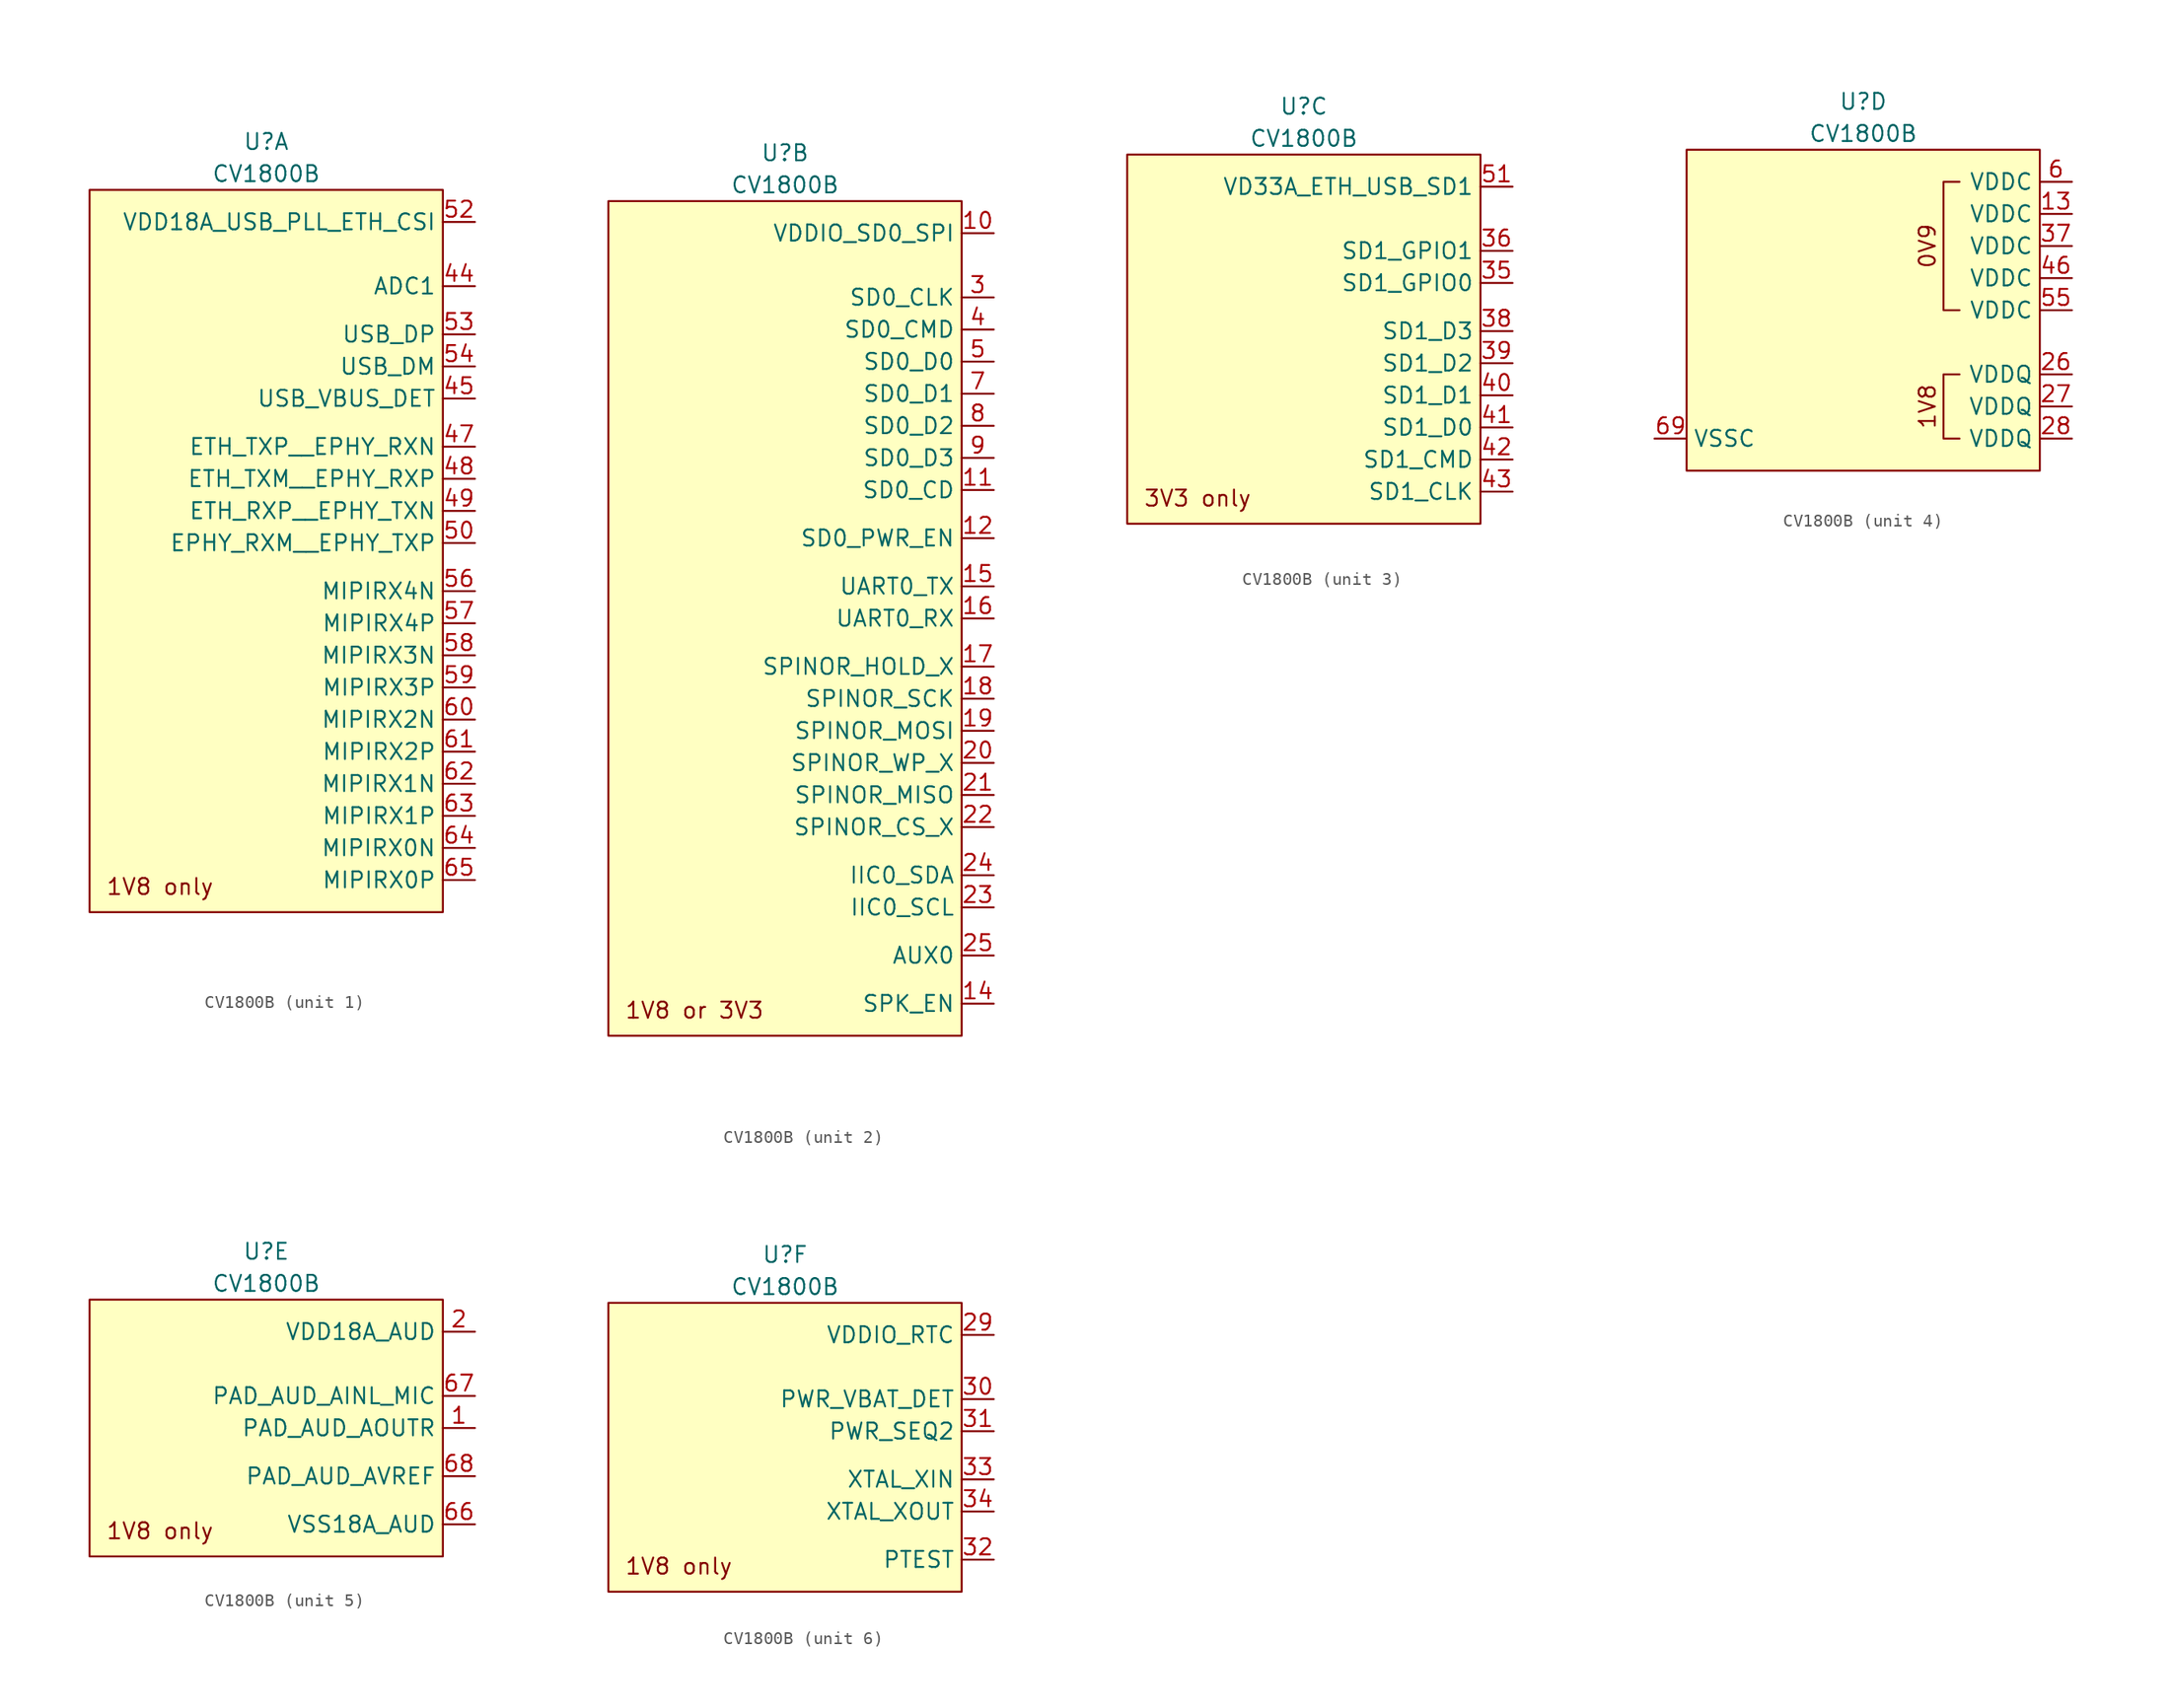
<source format=kicad_sym>
(kicad_symbol_lib
  (version 20241209)
  (generator "kicad_symbol_editor")
  (generator_version "9.0")
  (symbol "CV1800B"
    (property "Reference" "U"
      (at 0 3.81 0)
      (effects (font (size 1.27 1.27))))
    (property "Value" "CV1800B"
      (at 0 1.27 0)
      (effects (font (size 1.27 1.27))))
    (property "ki_locked" ""
      (at 0 0 0)
      (effects (font (size 1.27 1.27))))
    (symbol "CV1800B_1_1"
      (rectangle (start -13.97 0) (end 13.97 -57.15) (stroke (width 0) (type solid)) (fill (type background)))
      (text "1V8 only" (at -12.7 -55.88 0) (effects (font (size 1.27 1.27)) (justify left bottom)))
      (pin power_in line (at 16.51 -2.54 180) (length 2.54) (name "VDD18A_USB_PLL_ETH_CSI" (effects (font (size 1.27 1.27)))) (number "52" (effects (font (size 1.27 1.27)))))
      (pin bidirectional line (at 16.51 -7.62 180) (length 2.54) (name "ADC1" (effects (font (size 1.27 1.27)))) (number "44" (effects (font (size 1.27 1.27)))))
      (pin unspecified line (at 16.51 -11.43 180) (length 2.54) (name "USB_DP" (effects (font (size 1.27 1.27)))) (number "53" (effects (font (size 1.27 1.27)))))
      (pin unspecified line (at 16.51 -13.97 180) (length 2.54) (name "USB_DM" (effects (font (size 1.27 1.27)))) (number "54" (effects (font (size 1.27 1.27)))))
      (pin unspecified line (at 16.51 -16.51 180) (length 2.54) (name "USB_VBUS_DET" (effects (font (size 1.27 1.27)))) (number "45" (effects (font (size 1.27 1.27)))))
      (pin bidirectional line (at 16.51 -20.32 180) (length 2.54) (name "ETH_TXP__EPHY_RXN" (effects (font (size 1.27 1.27)))) (number "47" (effects (font (size 1.27 1.27)))))
      (pin bidirectional line (at 16.51 -22.86 180) (length 2.54) (name "ETH_TXM__EPHY_RXP" (effects (font (size 1.27 1.27)))) (number "48" (effects (font (size 1.27 1.27)))))
      (pin bidirectional line (at 16.51 -25.4 180) (length 2.54) (name "ETH_RXP__EPHY_TXN" (effects (font (size 1.27 1.27)))) (number "49" (effects (font (size 1.27 1.27)))))
      (pin bidirectional line (at 16.51 -27.94 180) (length 2.54) (name "EPHY_RXM__EPHY_TXP" (effects (font (size 1.27 1.27)))) (number "50" (effects (font (size 1.27 1.27)))))
      (pin unspecified line (at 16.51 -31.75 180) (length 2.54) (name "MIPIRX4N" (effects (font (size 1.27 1.27)))) (number "56" (effects (font (size 1.27 1.27)))))
      (pin unspecified line (at 16.51 -34.29 180) (length 2.54) (name "MIPIRX4P" (effects (font (size 1.27 1.27)))) (number "57" (effects (font (size 1.27 1.27)))))
      (pin unspecified line (at 16.51 -36.83 180) (length 2.54) (name "MIPIRX3N" (effects (font (size 1.27 1.27)))) (number "58" (effects (font (size 1.27 1.27)))))
      (pin unspecified line (at 16.51 -39.37 180) (length 2.54) (name "MIPIRX3P" (effects (font (size 1.27 1.27)))) (number "59" (effects (font (size 1.27 1.27)))))
      (pin unspecified line (at 16.51 -41.91 180) (length 2.54) (name "MIPIRX2N" (effects (font (size 1.27 1.27)))) (number "60" (effects (font (size 1.27 1.27)))))
      (pin unspecified line (at 16.51 -44.45 180) (length 2.54) (name "MIPIRX2P" (effects (font (size 1.27 1.27)))) (number "61" (effects (font (size 1.27 1.27)))))
      (pin unspecified line (at 16.51 -46.99 180) (length 2.54) (name "MIPIRX1N" (effects (font (size 1.27 1.27)))) (number "62" (effects (font (size 1.27 1.27)))))
      (pin unspecified line (at 16.51 -49.53 180) (length 2.54) (name "MIPIRX1P" (effects (font (size 1.27 1.27)))) (number "63" (effects (font (size 1.27 1.27)))))
      (pin unspecified line (at 16.51 -52.07 180) (length 2.54) (name "MIPIRX0N" (effects (font (size 1.27 1.27)))) (number "64" (effects (font (size 1.27 1.27)))))
      (pin unspecified line (at 16.51 -54.61 180) (length 2.54) (name "MIPIRX0P" (effects (font (size 1.27 1.27)))) (number "65" (effects (font (size 1.27 1.27))))))
    (symbol "CV1800B_2_1"
      (rectangle (start -13.97 0) (end 13.97 -66.04) (stroke (width 0) (type solid)) (fill (type background)))
      (text "1V8 or 3V3" (at -12.7 -64.77 0) (effects (font (size 1.27 1.27)) (justify left bottom)))
      (pin power_in line (at 16.51 -2.54 180) (length 2.54) (name "VDDIO_SD0_SPI" (effects (font (size 1.27 1.27)))) (number "10" (effects (font (size 1.27 1.27)))))
      (pin unspecified line (at 16.51 -7.62 180) (length 2.54) (name "SD0_CLK" (effects (font (size 1.27 1.27)))) (number "3" (effects (font (size 1.27 1.27)))))
      (pin unspecified line (at 16.51 -10.16 180) (length 2.54) (name "SD0_CMD" (effects (font (size 1.27 1.27)))) (number "4" (effects (font (size 1.27 1.27)))))
      (pin unspecified line (at 16.51 -12.7 180) (length 2.54) (name "SD0_D0" (effects (font (size 1.27 1.27)))) (number "5" (effects (font (size 1.27 1.27)))))
      (pin unspecified line (at 16.51 -15.24 180) (length 2.54) (name "SD0_D1" (effects (font (size 1.27 1.27)))) (number "7" (effects (font (size 1.27 1.27)))))
      (pin unspecified line (at 16.51 -17.78 180) (length 2.54) (name "SD0_D2" (effects (font (size 1.27 1.27)))) (number "8" (effects (font (size 1.27 1.27)))))
      (pin unspecified line (at 16.51 -20.32 180) (length 2.54) (name "SD0_D3" (effects (font (size 1.27 1.27)))) (number "9" (effects (font (size 1.27 1.27)))))
      (pin unspecified line (at 16.51 -22.86 180) (length 2.54) (name "SD0_CD" (effects (font (size 1.27 1.27)))) (number "11" (effects (font (size 1.27 1.27)))))
      (pin unspecified line (at 16.51 -26.67 180) (length 2.54) (name "SD0_PWR_EN" (effects (font (size 1.27 1.27)))) (number "12" (effects (font (size 1.27 1.27)))))
      (pin unspecified line (at 16.51 -30.48 180) (length 2.54) (name "UART0_TX" (effects (font (size 1.27 1.27)))) (number "15" (effects (font (size 1.27 1.27)))))
      (pin unspecified line (at 16.51 -33.02 180) (length 2.54) (name "UART0_RX" (effects (font (size 1.27 1.27)))) (number "16" (effects (font (size 1.27 1.27)))))
      (pin unspecified line (at 16.51 -36.83 180) (length 2.54) (name "SPINOR_HOLD_X" (effects (font (size 1.27 1.27)))) (number "17" (effects (font (size 1.27 1.27)))))
      (pin unspecified line (at 16.51 -39.37 180) (length 2.54) (name "SPINOR_SCK" (effects (font (size 1.27 1.27)))) (number "18" (effects (font (size 1.27 1.27)))))
      (pin unspecified line (at 16.51 -41.91 180) (length 2.54) (name "SPINOR_MOSI" (effects (font (size 1.27 1.27)))) (number "19" (effects (font (size 1.27 1.27)))))
      (pin unspecified line (at 16.51 -44.45 180) (length 2.54) (name "SPINOR_WP_X" (effects (font (size 1.27 1.27)))) (number "20" (effects (font (size 1.27 1.27)))))
      (pin unspecified line (at 16.51 -46.99 180) (length 2.54) (name "SPINOR_MISO" (effects (font (size 1.27 1.27)))) (number "21" (effects (font (size 1.27 1.27)))))
      (pin unspecified line (at 16.51 -49.53 180) (length 2.54) (name "SPINOR_CS_X" (effects (font (size 1.27 1.27)))) (number "22" (effects (font (size 1.27 1.27)))))
      (pin unspecified line (at 16.51 -53.34 180) (length 2.54) (name "IIC0_SDA" (effects (font (size 1.27 1.27)))) (number "24" (effects (font (size 1.27 1.27)))))
      (pin unspecified line (at 16.51 -55.88 180) (length 2.54) (name "IIC0_SCL" (effects (font (size 1.27 1.27)))) (number "23" (effects (font (size 1.27 1.27)))))
      (pin unspecified line (at 16.51 -59.69 180) (length 2.54) (name "AUX0" (effects (font (size 1.27 1.27)))) (number "25" (effects (font (size 1.27 1.27)))))
      (pin unspecified line (at 16.51 -63.5 180) (length 2.54) (name "SPK_EN" (effects (font (size 1.27 1.27)))) (number "14" (effects (font (size 1.27 1.27))))))
    (symbol "CV1800B_3_1"
      (rectangle (start -13.97 0) (end 13.97 -29.21) (stroke (width 0) (type solid)) (fill (type background)))
      (text "3V3 only" (at -12.7 -27.94 0) (effects (font (size 1.27 1.27)) (justify left bottom)))
      (pin power_in line (at 16.51 -2.54 180) (length 2.54) (name "VD33A_ETH_USB_SD1" (effects (font (size 1.27 1.27)))) (number "51" (effects (font (size 1.27 1.27)))))
      (pin unspecified line (at 16.51 -7.62 180) (length 2.54) (name "SD1_GPIO1" (effects (font (size 1.27 1.27)))) (number "36" (effects (font (size 1.27 1.27)))))
      (pin unspecified line (at 16.51 -10.16 180) (length 2.54) (name "SD1_GPIO0" (effects (font (size 1.27 1.27)))) (number "35" (effects (font (size 1.27 1.27)))))
      (pin unspecified line (at 16.51 -13.97 180) (length 2.54) (name "SD1_D3" (effects (font (size 1.27 1.27)))) (number "38" (effects (font (size 1.27 1.27)))))
      (pin unspecified line (at 16.51 -16.51 180) (length 2.54) (name "SD1_D2" (effects (font (size 1.27 1.27)))) (number "39" (effects (font (size 1.27 1.27)))))
      (pin unspecified line (at 16.51 -19.05 180) (length 2.54) (name "SD1_D1" (effects (font (size 1.27 1.27)))) (number "40" (effects (font (size 1.27 1.27)))))
      (pin unspecified line (at 16.51 -21.59 180) (length 2.54) (name "SD1_D0" (effects (font (size 1.27 1.27)))) (number "41" (effects (font (size 1.27 1.27)))))
      (pin unspecified line (at 16.51 -24.13 180) (length 2.54) (name "SD1_CMD" (effects (font (size 1.27 1.27)))) (number "42" (effects (font (size 1.27 1.27)))))
      (pin unspecified line (at 16.51 -26.67 180) (length 2.54) (name "SD1_CLK" (effects (font (size 1.27 1.27)))) (number "43" (effects (font (size 1.27 1.27))))))
    (symbol "CV1800B_4_1"
      (rectangle (start -13.97 0) (end 13.97 -25.4) (stroke (width 0) (type solid)) (fill (type background)))
      (polyline (pts (xy 7.62 -12.7) (xy 6.35 -12.7) (xy 6.35 -2.54) (xy 7.62 -2.54)) (stroke (width 0) (type default)) (fill (type none)))
      (polyline (pts (xy 7.62 -17.78) (xy 6.35 -17.78) (xy 6.35 -22.86) (xy 7.62 -22.86)) (stroke (width 0) (type default)) (fill (type none)))
      (text "0V9" (at 5.08 -7.62 900) (effects (font (size 1.27 1.27))))
      (text "1V8" (at 5.08 -20.32 900) (effects (font (size 1.27 1.27))))
      (pin passive line (at -16.51 -22.86 0) (length 2.54) (name "VSSC" (effects (font (size 1.27 1.27)))) (number "69" (effects (font (size 1.27 1.27)))))
      (pin power_in line (at 16.51 -2.54 180) (length 2.54) (name "VDDC" (effects (font (size 1.27 1.27)))) (number "6" (effects (font (size 1.27 1.27)))))
      (pin power_in line (at 16.51 -5.08 180) (length 2.54) (name "VDDC" (effects (font (size 1.27 1.27)))) (number "13" (effects (font (size 1.27 1.27)))))
      (pin power_in line (at 16.51 -7.62 180) (length 2.54) (name "VDDC" (effects (font (size 1.27 1.27)))) (number "37" (effects (font (size 1.27 1.27)))))
      (pin power_in line (at 16.51 -10.16 180) (length 2.54) (name "VDDC" (effects (font (size 1.27 1.27)))) (number "46" (effects (font (size 1.27 1.27)))))
      (pin power_in line (at 16.51 -12.7 180) (length 2.54) (name "VDDC" (effects (font (size 1.27 1.27)))) (number "55" (effects (font (size 1.27 1.27)))))
      (pin power_in line (at 16.51 -17.78 180) (length 2.54) (name "VDDQ" (effects (font (size 1.27 1.27)))) (number "26" (effects (font (size 1.27 1.27)))))
      (pin power_in line (at 16.51 -20.32 180) (length 2.54) (name "VDDQ" (effects (font (size 1.27 1.27)))) (number "27" (effects (font (size 1.27 1.27)))))
      (pin power_in line (at 16.51 -22.86 180) (length 2.54) (name "VDDQ" (effects (font (size 1.27 1.27)))) (number "28" (effects (font (size 1.27 1.27))))))
    (symbol "CV1800B_5_1"
      (rectangle (start -13.97 0) (end 13.97 -20.32) (stroke (width 0) (type solid)) (fill (type background)))
      (text "1V8 only" (at -12.7 -19.05 0) (effects (font (size 1.27 1.27)) (justify left bottom)))
      (pin power_in line (at 16.51 -2.54 180) (length 2.54) (name "VDD18A_AUD" (effects (font (size 1.27 1.27)))) (number "2" (effects (font (size 1.27 1.27)))))
      (pin unspecified line (at 16.51 -7.62 180) (length 2.54) (name "PAD_AUD_AINL_MIC" (effects (font (size 1.27 1.27)))) (number "67" (effects (font (size 1.27 1.27)))))
      (pin unspecified line (at 16.51 -10.16 180) (length 2.54) (name "PAD_AUD_AOUTR" (effects (font (size 1.27 1.27)))) (number "1" (effects (font (size 1.27 1.27)))))
      (pin unspecified line (at 16.51 -13.97 180) (length 2.54) (name "PAD_AUD_AVREF" (effects (font (size 1.27 1.27)))) (number "68" (effects (font (size 1.27 1.27)))))
      (pin passive line (at 16.51 -17.78 180) (length 2.54) (name "VSS18A_AUD" (effects (font (size 1.27 1.27)))) (number "66" (effects (font (size 1.27 1.27))))))
    (symbol "CV1800B_6_1"
      (rectangle (start -13.97 0) (end 13.97 -22.86) (stroke (width 0) (type solid)) (fill (type background)))
      (text "1V8 only" (at -12.7 -21.59 0) (effects (font (size 1.27 1.27)) (justify left bottom)))
      (pin power_in line (at 16.51 -2.54 180) (length 2.54) (name "VDDIO_RTC" (effects (font (size 1.27 1.27)))) (number "29" (effects (font (size 1.27 1.27)))))
      (pin unspecified line (at 16.51 -7.62 180) (length 2.54) (name "PWR_VBAT_DET" (effects (font (size 1.27 1.27)))) (number "30" (effects (font (size 1.27 1.27)))))
      (pin unspecified line (at 16.51 -10.16 180) (length 2.54) (name "PWR_SEQ2" (effects (font (size 1.27 1.27)))) (number "31" (effects (font (size 1.27 1.27)))))
      (pin unspecified line (at 16.51 -13.97 180) (length 2.54) (name "XTAL_XIN" (effects (font (size 1.27 1.27)))) (number "33" (effects (font (size 1.27 1.27)))))
      (pin unspecified line (at 16.51 -16.51 180) (length 2.54) (name "XTAL_XOUT" (effects (font (size 1.27 1.27)))) (number "34" (effects (font (size 1.27 1.27)))))
      (pin unspecified line (at 16.51 -20.32 180) (length 2.54) (name "PTEST" (effects (font (size 1.27 1.27)))) (number "32" (effects (font (size 1.27 1.27))))))))
</source>
